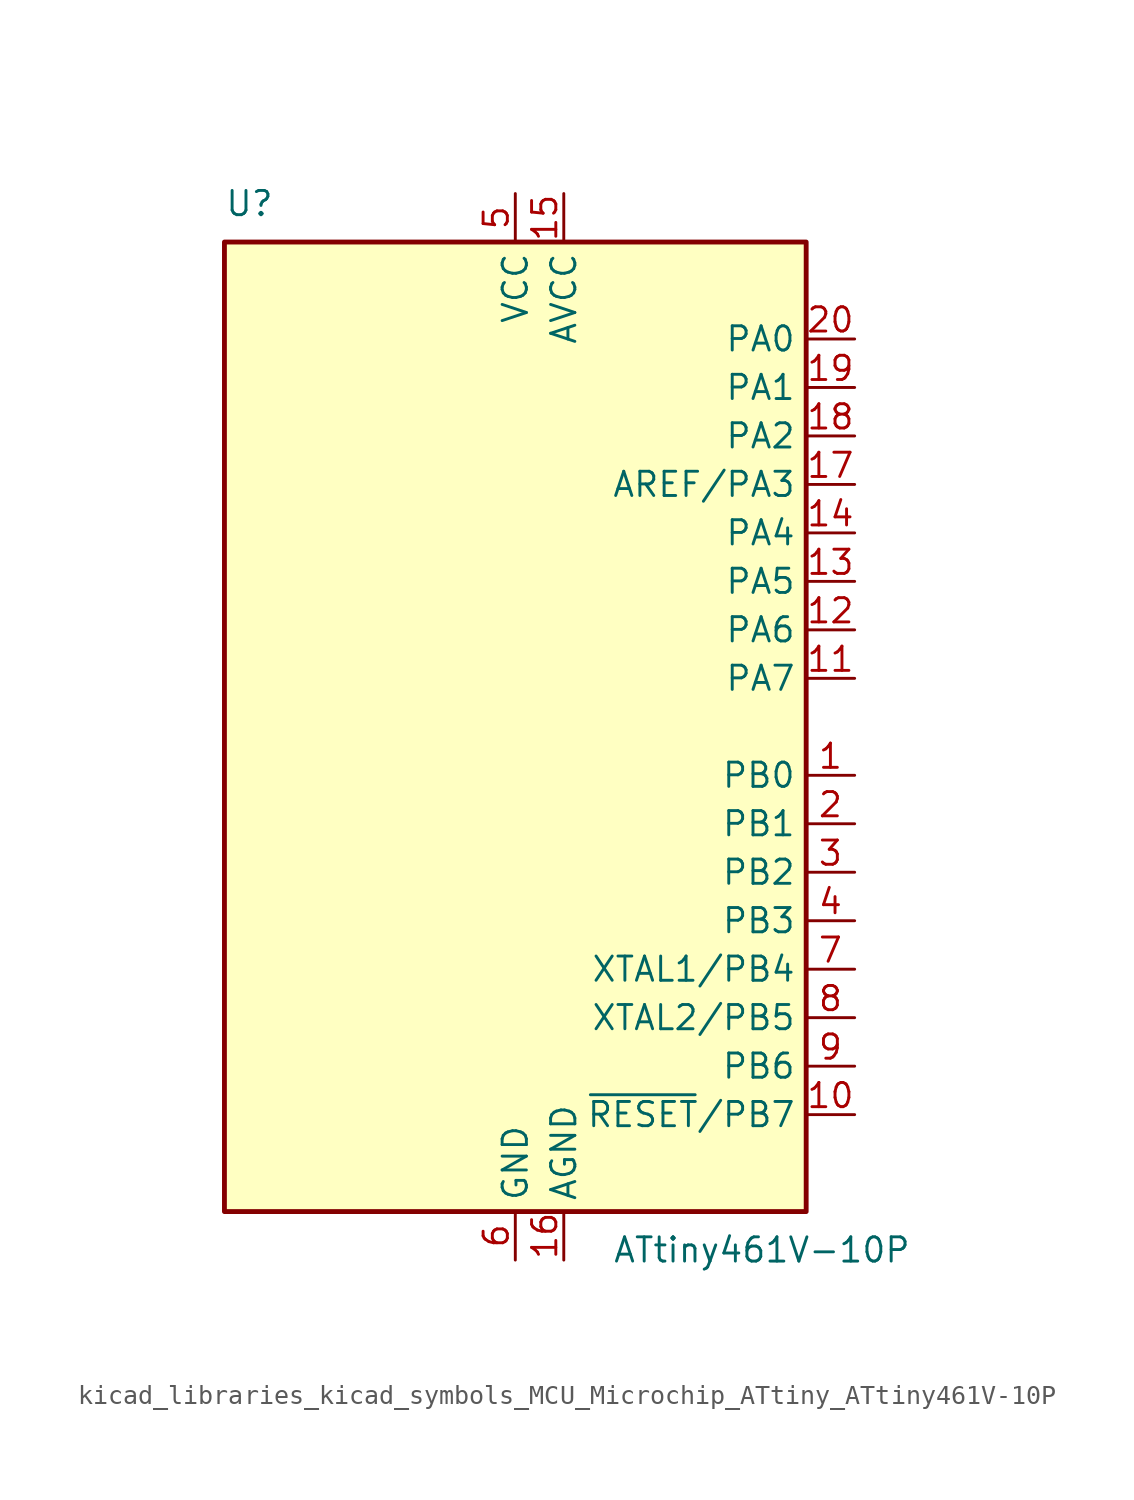
<source format=kicad_sym>
(kicad_symbol_lib
  (version 20220914)
  (generator kicad_symbol_editor)
  (symbol "kicad_libraries_kicad_symbols_MCU_Microchip_ATtiny_ATtiny461V-10P"
    (property "Reference" "U"
      (at -15.24 26.67 0)
      (effects (font (size 1.27 1.27)) (justify left bottom)))
    (property "Value" "ATtiny461V-10P"
      (at 5.08 -26.67 0)
      (effects (font (size 1.27 1.27)) (justify left top)))
    (symbol "kicad_libraries_kicad_symbols_MCU_Microchip_ATtiny_ATtiny461V-10P_0_1"
      (rectangle (start -15.24 -25.4) (end 15.24 25.4) (stroke (width 0.254) (type default)) (fill (type background))))
    (symbol "kicad_libraries_kicad_symbols_MCU_Microchip_ATtiny_ATtiny461V-10P_1_1"
      (pin bidirectional line (at 17.78 -2.54 180) (length 2.54) (name "PB0" (effects (font (size 1.27 1.27)))) (number "1" (effects (font (size 1.27 1.27)))))
      (pin bidirectional line (at 17.78 -20.32 180) (length 2.54) (name "~{RESET}/PB7" (effects (font (size 1.27 1.27)))) (number "10" (effects (font (size 1.27 1.27)))))
      (pin bidirectional line (at 17.78 2.54 180) (length 2.54) (name "PA7" (effects (font (size 1.27 1.27)))) (number "11" (effects (font (size 1.27 1.27)))))
      (pin bidirectional line (at 17.78 5.08 180) (length 2.54) (name "PA6" (effects (font (size 1.27 1.27)))) (number "12" (effects (font (size 1.27 1.27)))))
      (pin bidirectional line (at 17.78 7.62 180) (length 2.54) (name "PA5" (effects (font (size 1.27 1.27)))) (number "13" (effects (font (size 1.27 1.27)))))
      (pin bidirectional line (at 17.78 10.16 180) (length 2.54) (name "PA4" (effects (font (size 1.27 1.27)))) (number "14" (effects (font (size 1.27 1.27)))))
      (pin power_in line (at 2.54 27.94 270) (length 2.54) (name "AVCC" (effects (font (size 1.27 1.27)))) (number "15" (effects (font (size 1.27 1.27)))))
      (pin power_in line (at 2.54 -27.94 90) (length 2.54) (name "AGND" (effects (font (size 1.27 1.27)))) (number "16" (effects (font (size 1.27 1.27)))))
      (pin bidirectional line (at 17.78 12.7 180) (length 2.54) (name "AREF/PA3" (effects (font (size 1.27 1.27)))) (number "17" (effects (font (size 1.27 1.27)))))
      (pin bidirectional line (at 17.78 15.24 180) (length 2.54) (name "PA2" (effects (font (size 1.27 1.27)))) (number "18" (effects (font (size 1.27 1.27)))))
      (pin bidirectional line (at 17.78 17.78 180) (length 2.54) (name "PA1" (effects (font (size 1.27 1.27)))) (number "19" (effects (font (size 1.27 1.27)))))
      (pin bidirectional line (at 17.78 -5.08 180) (length 2.54) (name "PB1" (effects (font (size 1.27 1.27)))) (number "2" (effects (font (size 1.27 1.27)))))
      (pin bidirectional line (at 17.78 20.32 180) (length 2.54) (name "PA0" (effects (font (size 1.27 1.27)))) (number "20" (effects (font (size 1.27 1.27)))))
      (pin bidirectional line (at 17.78 -7.62 180) (length 2.54) (name "PB2" (effects (font (size 1.27 1.27)))) (number "3" (effects (font (size 1.27 1.27)))))
      (pin bidirectional line (at 17.78 -10.16 180) (length 2.54) (name "PB3" (effects (font (size 1.27 1.27)))) (number "4" (effects (font (size 1.27 1.27)))))
      (pin power_in line (at 0 27.94 270) (length 2.54) (name "VCC" (effects (font (size 1.27 1.27)))) (number "5" (effects (font (size 1.27 1.27)))))
      (pin power_in line (at 0 -27.94 90) (length 2.54) (name "GND" (effects (font (size 1.27 1.27)))) (number "6" (effects (font (size 1.27 1.27)))))
      (pin bidirectional line (at 17.78 -12.7 180) (length 2.54) (name "XTAL1/PB4" (effects (font (size 1.27 1.27)))) (number "7" (effects (font (size 1.27 1.27)))))
      (pin bidirectional line (at 17.78 -15.24 180) (length 2.54) (name "XTAL2/PB5" (effects (font (size 1.27 1.27)))) (number "8" (effects (font (size 1.27 1.27)))))
      (pin bidirectional line (at 17.78 -17.78 180) (length 2.54) (name "PB6" (effects (font (size 1.27 1.27)))) (number "9" (effects (font (size 1.27 1.27))))))))
</source>
